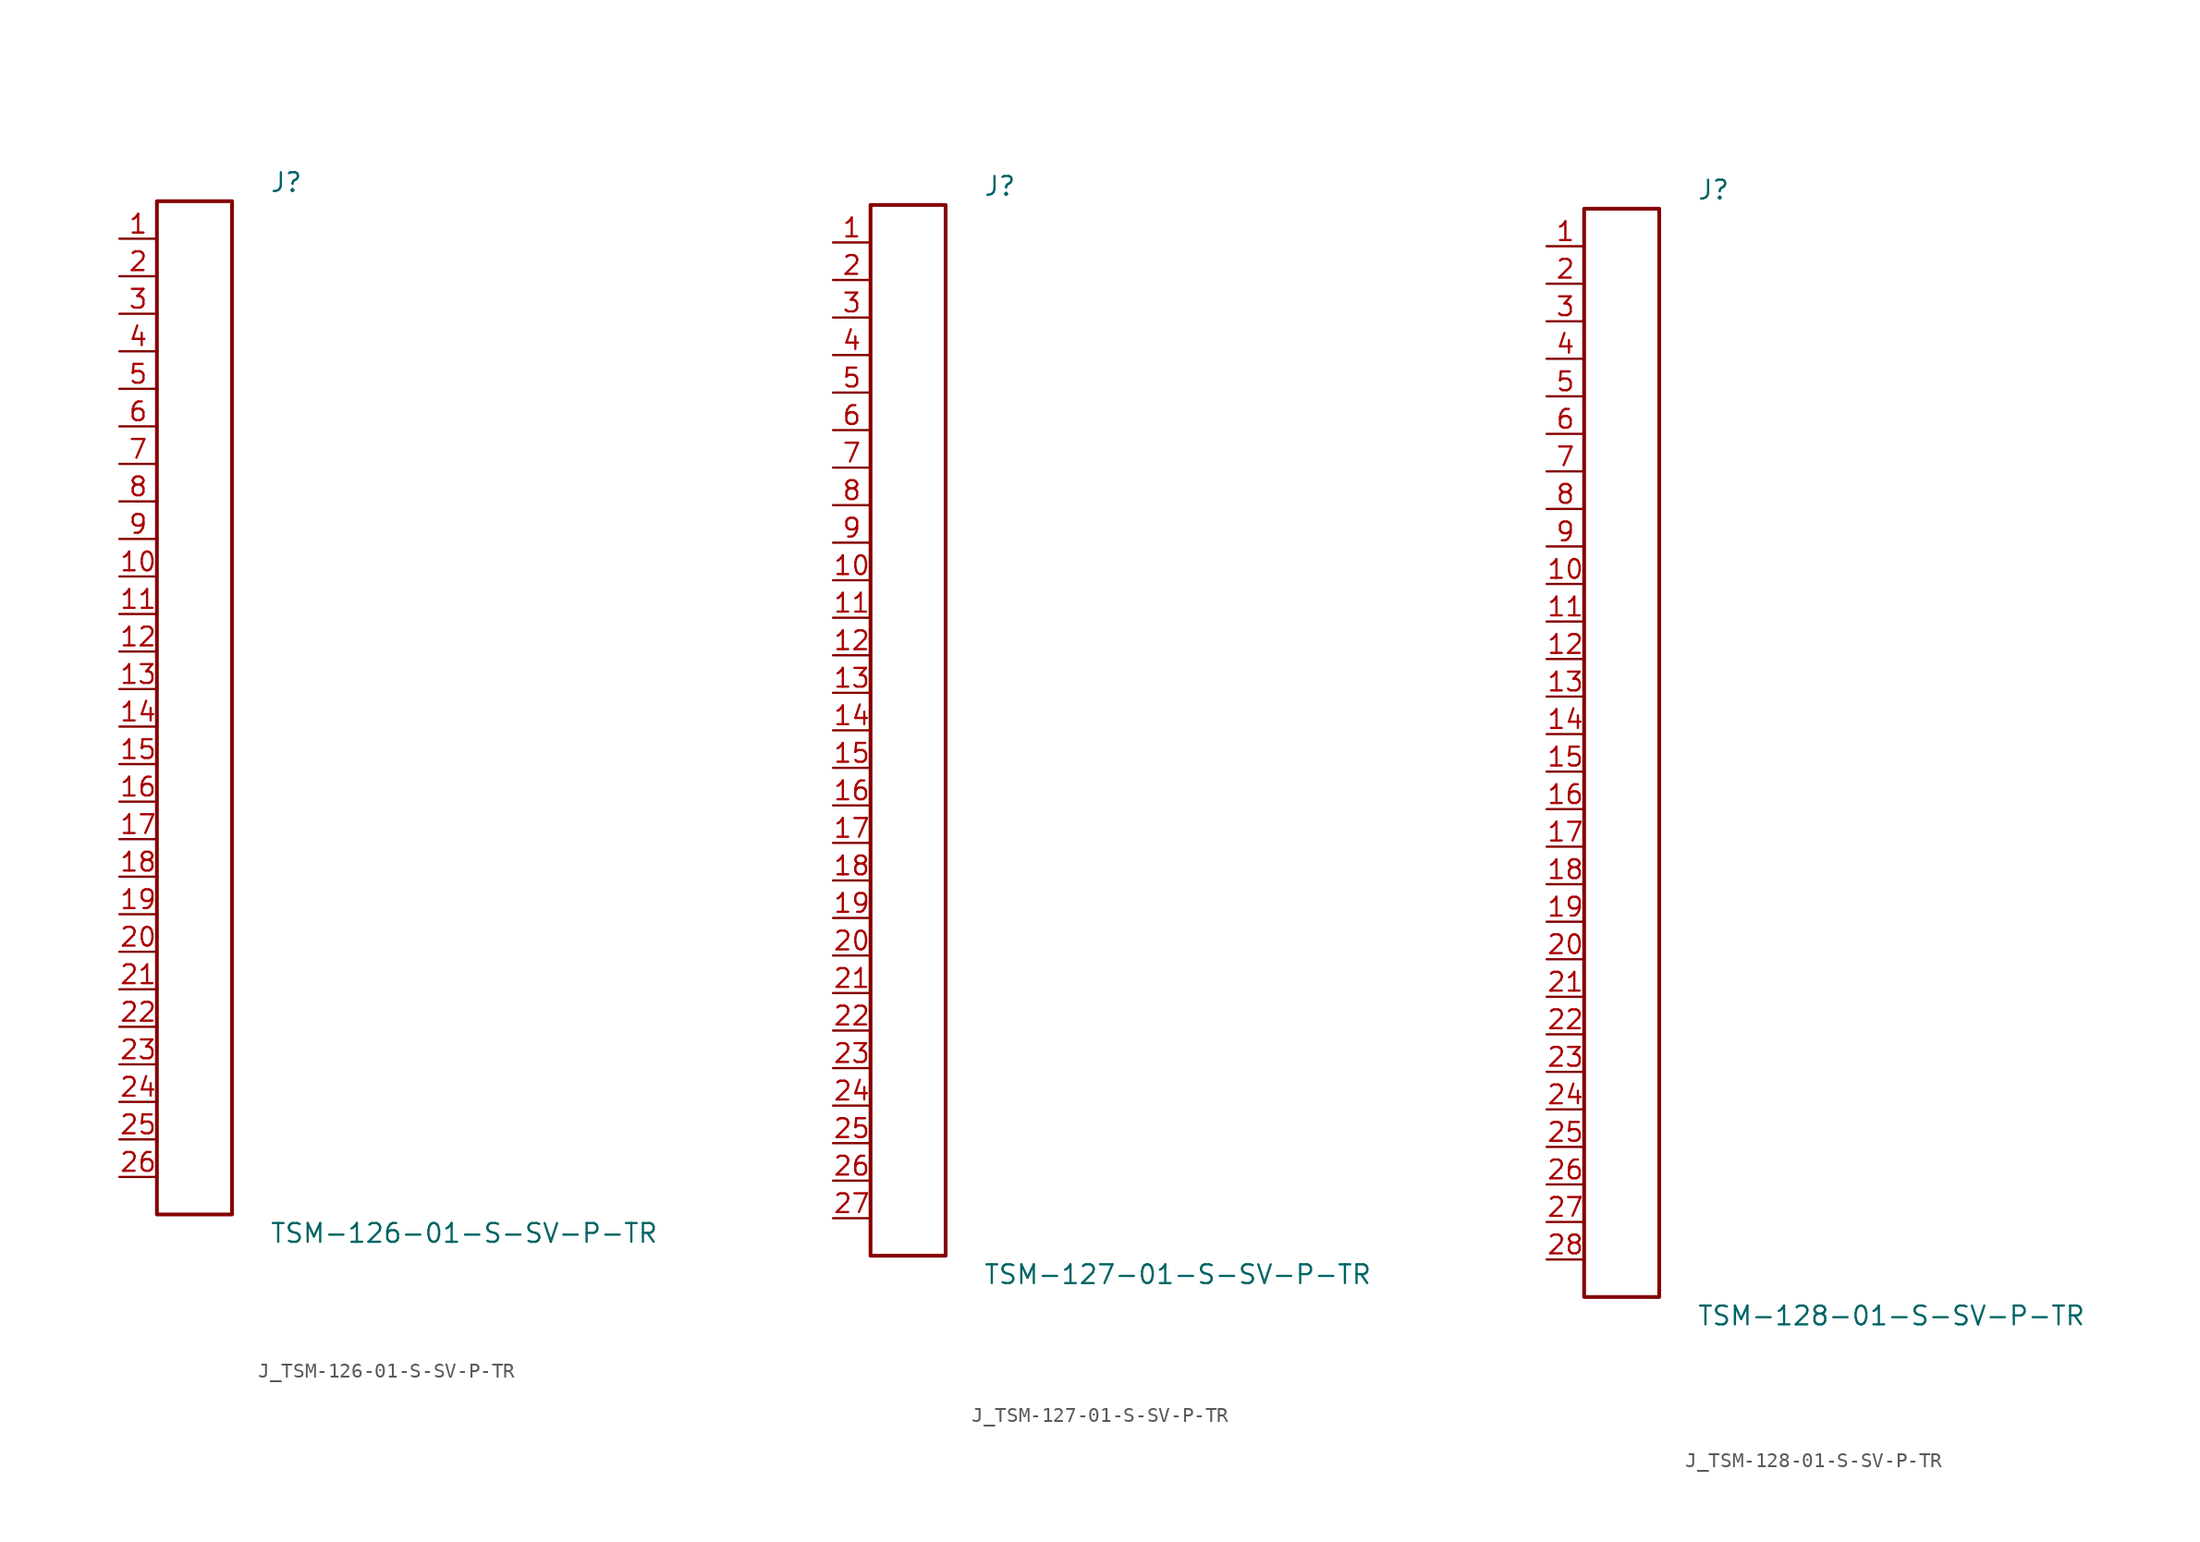
<source format=kicad_sym>
(kicad_symbol_lib
  (version 20231120)
  (generator kicad_symbol_editor)
  (generator_version 8.0)
  (symbol "J_TSM-126-01-S-SV-P-TR"
    (pin_names
      (offset 0.254))
    (property "Reference" "J"
      (at 5.08 35.56 0)
      (effects (font (size 1.27 1.27)) (justify left)))
    (property "Value" "TSM-126-01-S-SV-P-TR"
      (at 5.08 -35.56 0)
      (effects (font (size 1.27 1.27)) (justify left)))
    (symbol "J_TSM-126-01-S-SV-P-TR_0_0"
      (pin unspecified line (at -5.08 31.75 0) (length 2.54) (name "" (effects (font (size 1.27 1.27)))) (number "1" (effects (font (size 1.27 1.27)))))
      (pin unspecified line (at -5.08 29.21 0) (length 2.54) (name "" (effects (font (size 1.27 1.27)))) (number "2" (effects (font (size 1.27 1.27)))))
      (pin unspecified line (at -5.08 26.67 0) (length 2.54) (name "" (effects (font (size 1.27 1.27)))) (number "3" (effects (font (size 1.27 1.27)))))
      (pin unspecified line (at -5.08 24.13 0) (length 2.54) (name "" (effects (font (size 1.27 1.27)))) (number "4" (effects (font (size 1.27 1.27)))))
      (pin unspecified line (at -5.08 21.59 0) (length 2.54) (name "" (effects (font (size 1.27 1.27)))) (number "5" (effects (font (size 1.27 1.27)))))
      (pin unspecified line (at -5.08 19.05 0) (length 2.54) (name "" (effects (font (size 1.27 1.27)))) (number "6" (effects (font (size 1.27 1.27)))))
      (pin unspecified line (at -5.08 16.51 0) (length 2.54) (name "" (effects (font (size 1.27 1.27)))) (number "7" (effects (font (size 1.27 1.27)))))
      (pin unspecified line (at -5.08 13.97 0) (length 2.54) (name "" (effects (font (size 1.27 1.27)))) (number "8" (effects (font (size 1.27 1.27)))))
      (pin unspecified line (at -5.08 11.43 0) (length 2.54) (name "" (effects (font (size 1.27 1.27)))) (number "9" (effects (font (size 1.27 1.27)))))
      (pin unspecified line (at -5.08 8.89 0) (length 2.54) (name "" (effects (font (size 1.27 1.27)))) (number "10" (effects (font (size 1.27 1.27)))))
      (pin unspecified line (at -5.08 6.35 0) (length 2.54) (name "" (effects (font (size 1.27 1.27)))) (number "11" (effects (font (size 1.27 1.27)))))
      (pin unspecified line (at -5.08 3.81 0) (length 2.54) (name "" (effects (font (size 1.27 1.27)))) (number "12" (effects (font (size 1.27 1.27)))))
      (pin unspecified line (at -5.08 1.27 0) (length 2.54) (name "" (effects (font (size 1.27 1.27)))) (number "13" (effects (font (size 1.27 1.27)))))
      (pin unspecified line (at -5.08 -1.27 0) (length 2.54) (name "" (effects (font (size 1.27 1.27)))) (number "14" (effects (font (size 1.27 1.27)))))
      (pin unspecified line (at -5.08 -3.81 0) (length 2.54) (name "" (effects (font (size 1.27 1.27)))) (number "15" (effects (font (size 1.27 1.27)))))
      (pin unspecified line (at -5.08 -6.35 0) (length 2.54) (name "" (effects (font (size 1.27 1.27)))) (number "16" (effects (font (size 1.27 1.27)))))
      (pin unspecified line (at -5.08 -8.89 0) (length 2.54) (name "" (effects (font (size 1.27 1.27)))) (number "17" (effects (font (size 1.27 1.27)))))
      (pin unspecified line (at -5.08 -11.43 0) (length 2.54) (name "" (effects (font (size 1.27 1.27)))) (number "18" (effects (font (size 1.27 1.27)))))
      (pin unspecified line (at -5.08 -13.97 0) (length 2.54) (name "" (effects (font (size 1.27 1.27)))) (number "19" (effects (font (size 1.27 1.27)))))
      (pin unspecified line (at -5.08 -16.51 0) (length 2.54) (name "" (effects (font (size 1.27 1.27)))) (number "20" (effects (font (size 1.27 1.27)))))
      (pin unspecified line (at -5.08 -19.05 0) (length 2.54) (name "" (effects (font (size 1.27 1.27)))) (number "21" (effects (font (size 1.27 1.27)))))
      (pin unspecified line (at -5.08 -21.59 0) (length 2.54) (name "" (effects (font (size 1.27 1.27)))) (number "22" (effects (font (size 1.27 1.27)))))
      (pin unspecified line (at -5.08 -24.13 0) (length 2.54) (name "" (effects (font (size 1.27 1.27)))) (number "23" (effects (font (size 1.27 1.27)))))
      (pin unspecified line (at -5.08 -26.67 0) (length 2.54) (name "" (effects (font (size 1.27 1.27)))) (number "24" (effects (font (size 1.27 1.27)))))
      (pin unspecified line (at -5.08 -29.21 0) (length 2.54) (name "" (effects (font (size 1.27 1.27)))) (number "25" (effects (font (size 1.27 1.27)))))
      (pin unspecified line (at -5.08 -31.75 0) (length 2.54) (name "" (effects (font (size 1.27 1.27)))) (number "26" (effects (font (size 1.27 1.27))))))
    (symbol "J_TSM-126-01-S-SV-P-TR_1_0"
      (rectangle (start -2.54 34.29) (end 2.54 -34.29) (stroke (width 0.254) (type solid)) (fill (type none)))))
  (symbol "J_TSM-127-01-S-SV-P-TR"
    (pin_names
      (offset 0.254))
    (property "Reference" "J"
      (at 5.08 36.83 0)
      (effects (font (size 1.27 1.27)) (justify left)))
    (property "Value" "TSM-127-01-S-SV-P-TR"
      (at 5.08 -36.83 0)
      (effects (font (size 1.27 1.27)) (justify left)))
    (symbol "J_TSM-127-01-S-SV-P-TR_0_0"
      (pin unspecified line (at -5.08 33.02 0) (length 2.54) (name "" (effects (font (size 1.27 1.27)))) (number "1" (effects (font (size 1.27 1.27)))))
      (pin unspecified line (at -5.08 30.48 0) (length 2.54) (name "" (effects (font (size 1.27 1.27)))) (number "2" (effects (font (size 1.27 1.27)))))
      (pin unspecified line (at -5.08 27.94 0) (length 2.54) (name "" (effects (font (size 1.27 1.27)))) (number "3" (effects (font (size 1.27 1.27)))))
      (pin unspecified line (at -5.08 25.4 0) (length 2.54) (name "" (effects (font (size 1.27 1.27)))) (number "4" (effects (font (size 1.27 1.27)))))
      (pin unspecified line (at -5.08 22.86 0) (length 2.54) (name "" (effects (font (size 1.27 1.27)))) (number "5" (effects (font (size 1.27 1.27)))))
      (pin unspecified line (at -5.08 20.32 0) (length 2.54) (name "" (effects (font (size 1.27 1.27)))) (number "6" (effects (font (size 1.27 1.27)))))
      (pin unspecified line (at -5.08 17.78 0) (length 2.54) (name "" (effects (font (size 1.27 1.27)))) (number "7" (effects (font (size 1.27 1.27)))))
      (pin unspecified line (at -5.08 15.24 0) (length 2.54) (name "" (effects (font (size 1.27 1.27)))) (number "8" (effects (font (size 1.27 1.27)))))
      (pin unspecified line (at -5.08 12.7 0) (length 2.54) (name "" (effects (font (size 1.27 1.27)))) (number "9" (effects (font (size 1.27 1.27)))))
      (pin unspecified line (at -5.08 10.16 0) (length 2.54) (name "" (effects (font (size 1.27 1.27)))) (number "10" (effects (font (size 1.27 1.27)))))
      (pin unspecified line (at -5.08 7.62 0) (length 2.54) (name "" (effects (font (size 1.27 1.27)))) (number "11" (effects (font (size 1.27 1.27)))))
      (pin unspecified line (at -5.08 5.08 0) (length 2.54) (name "" (effects (font (size 1.27 1.27)))) (number "12" (effects (font (size 1.27 1.27)))))
      (pin unspecified line (at -5.08 2.54 0) (length 2.54) (name "" (effects (font (size 1.27 1.27)))) (number "13" (effects (font (size 1.27 1.27)))))
      (pin unspecified line (at -5.08 0.0 0) (length 2.54) (name "" (effects (font (size 1.27 1.27)))) (number "14" (effects (font (size 1.27 1.27)))))
      (pin unspecified line (at -5.08 -2.54 0) (length 2.54) (name "" (effects (font (size 1.27 1.27)))) (number "15" (effects (font (size 1.27 1.27)))))
      (pin unspecified line (at -5.08 -5.08 0) (length 2.54) (name "" (effects (font (size 1.27 1.27)))) (number "16" (effects (font (size 1.27 1.27)))))
      (pin unspecified line (at -5.08 -7.62 0) (length 2.54) (name "" (effects (font (size 1.27 1.27)))) (number "17" (effects (font (size 1.27 1.27)))))
      (pin unspecified line (at -5.08 -10.16 0) (length 2.54) (name "" (effects (font (size 1.27 1.27)))) (number "18" (effects (font (size 1.27 1.27)))))
      (pin unspecified line (at -5.08 -12.7 0) (length 2.54) (name "" (effects (font (size 1.27 1.27)))) (number "19" (effects (font (size 1.27 1.27)))))
      (pin unspecified line (at -5.08 -15.24 0) (length 2.54) (name "" (effects (font (size 1.27 1.27)))) (number "20" (effects (font (size 1.27 1.27)))))
      (pin unspecified line (at -5.08 -17.78 0) (length 2.54) (name "" (effects (font (size 1.27 1.27)))) (number "21" (effects (font (size 1.27 1.27)))))
      (pin unspecified line (at -5.08 -20.32 0) (length 2.54) (name "" (effects (font (size 1.27 1.27)))) (number "22" (effects (font (size 1.27 1.27)))))
      (pin unspecified line (at -5.08 -22.86 0) (length 2.54) (name "" (effects (font (size 1.27 1.27)))) (number "23" (effects (font (size 1.27 1.27)))))
      (pin unspecified line (at -5.08 -25.4 0) (length 2.54) (name "" (effects (font (size 1.27 1.27)))) (number "24" (effects (font (size 1.27 1.27)))))
      (pin unspecified line (at -5.08 -27.94 0) (length 2.54) (name "" (effects (font (size 1.27 1.27)))) (number "25" (effects (font (size 1.27 1.27)))))
      (pin unspecified line (at -5.08 -30.48 0) (length 2.54) (name "" (effects (font (size 1.27 1.27)))) (number "26" (effects (font (size 1.27 1.27)))))
      (pin unspecified line (at -5.08 -33.02 0) (length 2.54) (name "" (effects (font (size 1.27 1.27)))) (number "27" (effects (font (size 1.27 1.27))))))
    (symbol "J_TSM-127-01-S-SV-P-TR_1_0"
      (rectangle (start -2.54 35.56) (end 2.54 -35.56) (stroke (width 0.254) (type solid)) (fill (type none)))))
  (symbol "J_TSM-128-01-S-SV-P-TR"
    (pin_names
      (offset 0.254))
    (property "Reference" "J"
      (at 5.08 38.1 0)
      (effects (font (size 1.27 1.27)) (justify left)))
    (property "Value" "TSM-128-01-S-SV-P-TR"
      (at 5.08 -38.1 0)
      (effects (font (size 1.27 1.27)) (justify left)))
    (symbol "J_TSM-128-01-S-SV-P-TR_0_0"
      (pin unspecified line (at -5.08 34.29 0) (length 2.54) (name "" (effects (font (size 1.27 1.27)))) (number "1" (effects (font (size 1.27 1.27)))))
      (pin unspecified line (at -5.08 31.75 0) (length 2.54) (name "" (effects (font (size 1.27 1.27)))) (number "2" (effects (font (size 1.27 1.27)))))
      (pin unspecified line (at -5.08 29.21 0) (length 2.54) (name "" (effects (font (size 1.27 1.27)))) (number "3" (effects (font (size 1.27 1.27)))))
      (pin unspecified line (at -5.08 26.67 0) (length 2.54) (name "" (effects (font (size 1.27 1.27)))) (number "4" (effects (font (size 1.27 1.27)))))
      (pin unspecified line (at -5.08 24.13 0) (length 2.54) (name "" (effects (font (size 1.27 1.27)))) (number "5" (effects (font (size 1.27 1.27)))))
      (pin unspecified line (at -5.08 21.59 0) (length 2.54) (name "" (effects (font (size 1.27 1.27)))) (number "6" (effects (font (size 1.27 1.27)))))
      (pin unspecified line (at -5.08 19.05 0) (length 2.54) (name "" (effects (font (size 1.27 1.27)))) (number "7" (effects (font (size 1.27 1.27)))))
      (pin unspecified line (at -5.08 16.51 0) (length 2.54) (name "" (effects (font (size 1.27 1.27)))) (number "8" (effects (font (size 1.27 1.27)))))
      (pin unspecified line (at -5.08 13.97 0) (length 2.54) (name "" (effects (font (size 1.27 1.27)))) (number "9" (effects (font (size 1.27 1.27)))))
      (pin unspecified line (at -5.08 11.43 0) (length 2.54) (name "" (effects (font (size 1.27 1.27)))) (number "10" (effects (font (size 1.27 1.27)))))
      (pin unspecified line (at -5.08 8.89 0) (length 2.54) (name "" (effects (font (size 1.27 1.27)))) (number "11" (effects (font (size 1.27 1.27)))))
      (pin unspecified line (at -5.08 6.35 0) (length 2.54) (name "" (effects (font (size 1.27 1.27)))) (number "12" (effects (font (size 1.27 1.27)))))
      (pin unspecified line (at -5.08 3.81 0) (length 2.54) (name "" (effects (font (size 1.27 1.27)))) (number "13" (effects (font (size 1.27 1.27)))))
      (pin unspecified line (at -5.08 1.27 0) (length 2.54) (name "" (effects (font (size 1.27 1.27)))) (number "14" (effects (font (size 1.27 1.27)))))
      (pin unspecified line (at -5.08 -1.27 0) (length 2.54) (name "" (effects (font (size 1.27 1.27)))) (number "15" (effects (font (size 1.27 1.27)))))
      (pin unspecified line (at -5.08 -3.81 0) (length 2.54) (name "" (effects (font (size 1.27 1.27)))) (number "16" (effects (font (size 1.27 1.27)))))
      (pin unspecified line (at -5.08 -6.35 0) (length 2.54) (name "" (effects (font (size 1.27 1.27)))) (number "17" (effects (font (size 1.27 1.27)))))
      (pin unspecified line (at -5.08 -8.89 0) (length 2.54) (name "" (effects (font (size 1.27 1.27)))) (number "18" (effects (font (size 1.27 1.27)))))
      (pin unspecified line (at -5.08 -11.43 0) (length 2.54) (name "" (effects (font (size 1.27 1.27)))) (number "19" (effects (font (size 1.27 1.27)))))
      (pin unspecified line (at -5.08 -13.97 0) (length 2.54) (name "" (effects (font (size 1.27 1.27)))) (number "20" (effects (font (size 1.27 1.27)))))
      (pin unspecified line (at -5.08 -16.51 0) (length 2.54) (name "" (effects (font (size 1.27 1.27)))) (number "21" (effects (font (size 1.27 1.27)))))
      (pin unspecified line (at -5.08 -19.05 0) (length 2.54) (name "" (effects (font (size 1.27 1.27)))) (number "22" (effects (font (size 1.27 1.27)))))
      (pin unspecified line (at -5.08 -21.59 0) (length 2.54) (name "" (effects (font (size 1.27 1.27)))) (number "23" (effects (font (size 1.27 1.27)))))
      (pin unspecified line (at -5.08 -24.13 0) (length 2.54) (name "" (effects (font (size 1.27 1.27)))) (number "24" (effects (font (size 1.27 1.27)))))
      (pin unspecified line (at -5.08 -26.67 0) (length 2.54) (name "" (effects (font (size 1.27 1.27)))) (number "25" (effects (font (size 1.27 1.27)))))
      (pin unspecified line (at -5.08 -29.21 0) (length 2.54) (name "" (effects (font (size 1.27 1.27)))) (number "26" (effects (font (size 1.27 1.27)))))
      (pin unspecified line (at -5.08 -31.75 0) (length 2.54) (name "" (effects (font (size 1.27 1.27)))) (number "27" (effects (font (size 1.27 1.27)))))
      (pin unspecified line (at -5.08 -34.29 0) (length 2.54) (name "" (effects (font (size 1.27 1.27)))) (number "28" (effects (font (size 1.27 1.27))))))
    (symbol "J_TSM-128-01-S-SV-P-TR_1_0"
      (rectangle (start -2.54 36.83) (end 2.54 -36.83) (stroke (width 0.254) (type solid)) (fill (type none))))))
</source>
